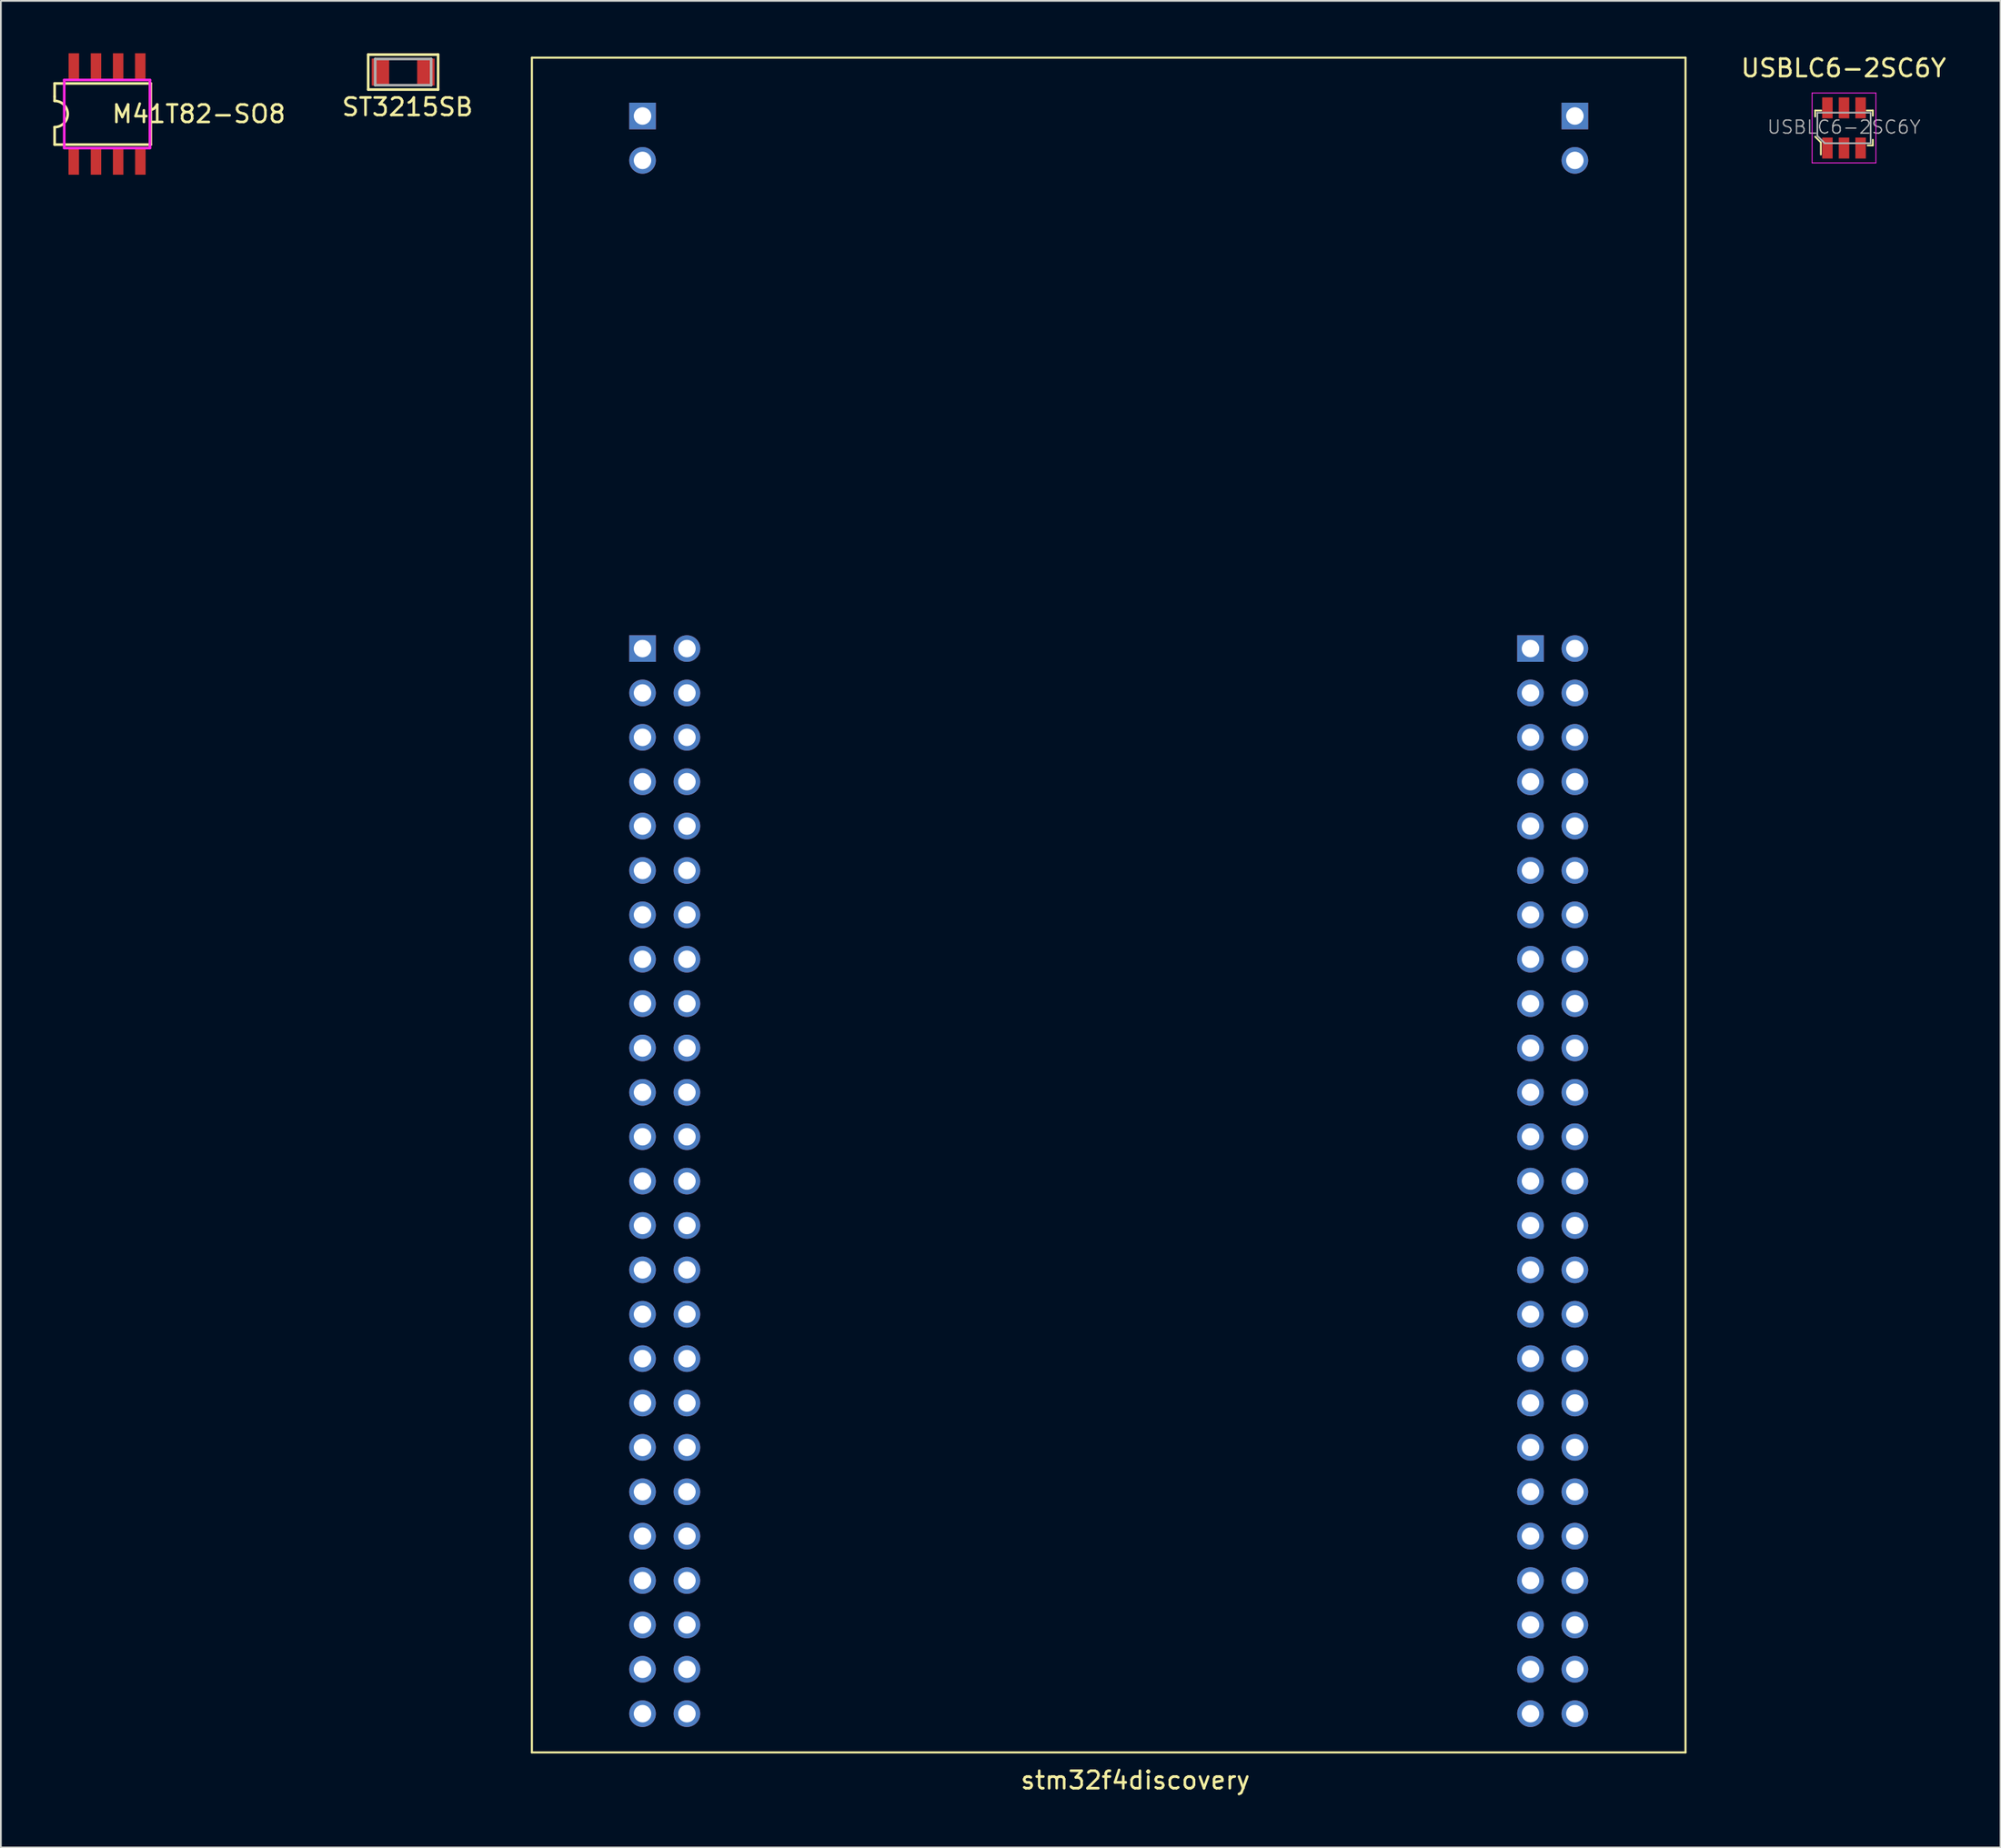
<source format=kicad_pcb>
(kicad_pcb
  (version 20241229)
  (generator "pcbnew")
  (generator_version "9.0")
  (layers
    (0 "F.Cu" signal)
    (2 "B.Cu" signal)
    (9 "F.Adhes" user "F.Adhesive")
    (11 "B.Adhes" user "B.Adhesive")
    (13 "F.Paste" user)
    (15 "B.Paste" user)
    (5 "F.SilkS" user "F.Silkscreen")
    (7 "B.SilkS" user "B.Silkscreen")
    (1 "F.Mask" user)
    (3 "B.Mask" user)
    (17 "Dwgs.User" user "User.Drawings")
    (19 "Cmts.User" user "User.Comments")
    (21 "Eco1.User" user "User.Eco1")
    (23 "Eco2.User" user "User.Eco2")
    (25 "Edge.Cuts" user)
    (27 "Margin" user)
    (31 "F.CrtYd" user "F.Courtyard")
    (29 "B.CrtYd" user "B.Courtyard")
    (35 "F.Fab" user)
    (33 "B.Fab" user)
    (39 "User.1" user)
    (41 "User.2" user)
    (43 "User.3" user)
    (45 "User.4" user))
  (footprint "stm32f4discovery"
    (layer "F.Cu")
    (at 27.379 0.25)
    (property "Reference" "stm32f4discovery" (at 34.524 98.59 0) (layer "F.SilkS") (effects (font (size 1 1) (thickness 0.15))))
    (attr through_hole)
    (fp_line (start 0 0) (end 66 0) (stroke (width 0.12) (type solid)) (layer "F.SilkS"))
    (fp_line (start 0 97) (end 0 0) (stroke (width 0.12) (type solid)) (layer "F.SilkS"))
    (fp_line (start 66 0) (end 66 97) (stroke (width 0.12) (type solid)) (layer "F.SilkS"))
    (fp_line (start 66 97) (end 0 97) (stroke (width 0.12) (type solid)) (layer "F.SilkS"))
    (pad "1" thru_hole rect (at 6.33 33.82) (size 1.524 1.524) (drill 1) (layers "*.Cu" "*.Mask"))
    (pad "2" thru_hole circle (at 8.87 33.82) (size 1.524 1.524) (drill 1) (layers "*.Cu" "*.Mask"))
    (pad "3" thru_hole circle (at 6.33 36.36) (size 1.524 1.524) (drill 1) (layers "*.Cu" "*.Mask"))
    (pad "4" thru_hole circle (at 8.87 36.36) (size 1.524 1.524) (drill 1) (layers "*.Cu" "*.Mask"))
    (pad "5" thru_hole circle (at 6.33 38.9) (size 1.524 1.524) (drill 1) (layers "*.Cu" "*.Mask"))
    (pad "6" thru_hole circle (at 8.87 38.9) (size 1.524 1.524) (drill 1) (layers "*.Cu" "*.Mask"))
    (pad "7" thru_hole circle (at 6.33 41.44) (size 1.524 1.524) (drill 1) (layers "*.Cu" "*.Mask"))
    (pad "8" thru_hole circle (at 8.87 41.44) (size 1.524 1.524) (drill 1) (layers "*.Cu" "*.Mask"))
    (pad "9" thru_hole circle (at 6.33 43.98) (size 1.524 1.524) (drill 1) (layers "*.Cu" "*.Mask"))
    (pad "10" thru_hole circle (at 8.87 43.98) (size 1.524 1.524) (drill 1) (layers "*.Cu" "*.Mask"))
    (pad "11" thru_hole circle (at 6.33 46.52) (size 1.524 1.524) (drill 1) (layers "*.Cu" "*.Mask"))
    (pad "12" thru_hole circle (at 8.87 46.52) (size 1.524 1.524) (drill 1) (layers "*.Cu" "*.Mask"))
    (pad "13" thru_hole circle (at 6.33 49.06) (size 1.524 1.524) (drill 1) (layers "*.Cu" "*.Mask"))
    (pad "14" thru_hole circle (at 8.87 49.06) (size 1.524 1.524) (drill 1) (layers "*.Cu" "*.Mask"))
    (pad "15" thru_hole circle (at 6.33 51.6) (size 1.524 1.524) (drill 1) (layers "*.Cu" "*.Mask"))
    (pad "16" thru_hole circle (at 8.87 51.6) (size 1.524 1.524) (drill 1) (layers "*.Cu" "*.Mask"))
    (pad "17" thru_hole circle (at 6.33 54.14) (size 1.524 1.524) (drill 1) (layers "*.Cu" "*.Mask"))
    (pad "18" thru_hole circle (at 8.87 54.14) (size 1.524 1.524) (drill 1) (layers "*.Cu" "*.Mask"))
    (pad "19" thru_hole circle (at 6.33 56.68) (size 1.524 1.524) (drill 1) (layers "*.Cu" "*.Mask"))
    (pad "20" thru_hole circle (at 8.87 56.68) (size 1.524 1.524) (drill 1) (layers "*.Cu" "*.Mask"))
    (pad "21" thru_hole circle (at 6.33 59.22) (size 1.524 1.524) (drill 1) (layers "*.Cu" "*.Mask"))
    (pad "22" thru_hole circle (at 8.87 59.22) (size 1.524 1.524) (drill 1) (layers "*.Cu" "*.Mask"))
    (pad "23" thru_hole circle (at 6.33 61.76) (size 1.524 1.524) (drill 1) (layers "*.Cu" "*.Mask"))
    (pad "24" thru_hole circle (at 8.87 61.76) (size 1.524 1.524) (drill 1) (layers "*.Cu" "*.Mask"))
    (pad "25" thru_hole circle (at 6.33 64.3) (size 1.524 1.524) (drill 1) (layers "*.Cu" "*.Mask"))
    (pad "26" thru_hole circle (at 8.87 64.3) (size 1.524 1.524) (drill 1) (layers "*.Cu" "*.Mask"))
    (pad "27" thru_hole circle (at 6.33 66.84) (size 1.524 1.524) (drill 1) (layers "*.Cu" "*.Mask"))
    (pad "28" thru_hole circle (at 8.87 66.84) (size 1.524 1.524) (drill 1) (layers "*.Cu" "*.Mask"))
    (pad "29" thru_hole circle (at 6.33 69.38) (size 1.524 1.524) (drill 1) (layers "*.Cu" "*.Mask"))
    (pad "30" thru_hole circle (at 8.87 69.38) (size 1.524 1.524) (drill 1) (layers "*.Cu" "*.Mask"))
    (pad "31" thru_hole circle (at 6.33 71.92) (size 1.524 1.524) (drill 1) (layers "*.Cu" "*.Mask"))
    (pad "32" thru_hole circle (at 8.87 71.92) (size 1.524 1.524) (drill 1) (layers "*.Cu" "*.Mask"))
    (pad "33" thru_hole circle (at 6.33 74.46) (size 1.524 1.524) (drill 1) (layers "*.Cu" "*.Mask"))
    (pad "34" thru_hole circle (at 8.87 74.46) (size 1.524 1.524) (drill 1) (layers "*.Cu" "*.Mask"))
    (pad "35" thru_hole circle (at 6.33 77) (size 1.524 1.524) (drill 1) (layers "*.Cu" "*.Mask"))
    (pad "36" thru_hole circle (at 8.87 77) (size 1.524 1.524) (drill 1) (layers "*.Cu" "*.Mask"))
    (pad "37" thru_hole circle (at 6.33 79.54) (size 1.524 1.524) (drill 1) (layers "*.Cu" "*.Mask"))
    (pad "38" thru_hole circle (at 8.87 79.54) (size 1.524 1.524) (drill 1) (layers "*.Cu" "*.Mask"))
    (pad "39" thru_hole circle (at 6.33 82.08) (size 1.524 1.524) (drill 1) (layers "*.Cu" "*.Mask"))
    (pad "40" thru_hole circle (at 8.87 82.08) (size 1.524 1.524) (drill 1) (layers "*.Cu" "*.Mask"))
    (pad "41" thru_hole circle (at 6.33 84.62) (size 1.524 1.524) (drill 1) (layers "*.Cu" "*.Mask"))
    (pad "42" thru_hole circle (at 8.87 84.62) (size 1.524 1.524) (drill 1) (layers "*.Cu" "*.Mask"))
    (pad "43" thru_hole circle (at 6.33 87.16) (size 1.524 1.524) (drill 1) (layers "*.Cu" "*.Mask"))
    (pad "44" thru_hole circle (at 8.87 87.16) (size 1.524 1.524) (drill 1) (layers "*.Cu" "*.Mask"))
    (pad "45" thru_hole circle (at 6.33 89.7) (size 1.524 1.524) (drill 1) (layers "*.Cu" "*.Mask"))
    (pad "46" thru_hole circle (at 8.87 89.7) (size 1.524 1.524) (drill 1) (layers "*.Cu" "*.Mask"))
    (pad "47" thru_hole circle (at 6.33 92.24) (size 1.524 1.524) (drill 1) (layers "*.Cu" "*.Mask"))
    (pad "48" thru_hole circle (at 8.87 92.24) (size 1.524 1.524) (drill 1) (layers "*.Cu" "*.Mask"))
    (pad "49" thru_hole rect (at 6.33 3.34) (size 1.524 1.524) (drill 1) (layers "*.Cu" "*.Mask"))
    (pad "49" thru_hole circle (at 6.33 94.78) (size 1.524 1.524) (drill 1) (layers "*.Cu" "*.Mask"))
    (pad "50" thru_hole circle (at 6.33 5.88) (size 1.524 1.524) (drill 1) (layers "*.Cu" "*.Mask"))
    (pad "50" thru_hole circle (at 8.87 94.78) (size 1.524 1.524) (drill 1) (layers "*.Cu" "*.Mask"))
    (pad "51" thru_hole rect (at 57.13 33.82) (size 1.524 1.524) (drill 1) (layers "*.Cu" "*.Mask"))
    (pad "52" thru_hole circle (at 59.67 33.82) (size 1.524 1.524) (drill 1) (layers "*.Cu" "*.Mask"))
    (pad "53" thru_hole circle (at 57.13 36.36) (size 1.524 1.524) (drill 1) (layers "*.Cu" "*.Mask"))
    (pad "54" thru_hole circle (at 59.67 36.36) (size 1.524 1.524) (drill 1) (layers "*.Cu" "*.Mask"))
    (pad "55" thru_hole circle (at 57.13 38.9) (size 1.524 1.524) (drill 1) (layers "*.Cu" "*.Mask"))
    (pad "56" thru_hole circle (at 59.67 38.9) (size 1.524 1.524) (drill 1) (layers "*.Cu" "*.Mask"))
    (pad "57" thru_hole circle (at 57.13 41.44) (size 1.524 1.524) (drill 1) (layers "*.Cu" "*.Mask"))
    (pad "58" thru_hole circle (at 59.67 41.44) (size 1.524 1.524) (drill 1) (layers "*.Cu" "*.Mask"))
    (pad "59" thru_hole circle (at 57.13 43.98) (size 1.524 1.524) (drill 1) (layers "*.Cu" "*.Mask"))
    (pad "60" thru_hole circle (at 59.67 43.98) (size 1.524 1.524) (drill 1) (layers "*.Cu" "*.Mask"))
    (pad "61" thru_hole circle (at 57.13 46.52) (size 1.524 1.524) (drill 1) (layers "*.Cu" "*.Mask"))
    (pad "62" thru_hole circle (at 59.67 46.52) (size 1.524 1.524) (drill 1) (layers "*.Cu" "*.Mask"))
    (pad "63" thru_hole circle (at 57.13 49.06) (size 1.524 1.524) (drill 1) (layers "*.Cu" "*.Mask"))
    (pad "64" thru_hole circle (at 59.67 49.06) (size 1.524 1.524) (drill 1) (layers "*.Cu" "*.Mask"))
    (pad "65" thru_hole circle (at 57.13 51.6) (size 1.524 1.524) (drill 1) (layers "*.Cu" "*.Mask"))
    (pad "66" thru_hole circle (at 59.67 51.6) (size 1.524 1.524) (drill 1) (layers "*.Cu" "*.Mask"))
    (pad "67" thru_hole circle (at 57.13 54.14) (size 1.524 1.524) (drill 1) (layers "*.Cu" "*.Mask"))
    (pad "68" thru_hole circle (at 59.67 54.14) (size 1.524 1.524) (drill 1) (layers "*.Cu" "*.Mask"))
    (pad "69" thru_hole circle (at 57.13 56.68) (size 1.524 1.524) (drill 1) (layers "*.Cu" "*.Mask"))
    (pad "70" thru_hole circle (at 57.13 59.22) (size 1.524 1.524) (drill 1) (layers "*.Cu" "*.Mask"))
    (pad "71" thru_hole circle (at 59.67 56.68) (size 1.524 1.524) (drill 1) (layers "*.Cu" "*.Mask"))
    (pad "72" thru_hole circle (at 59.67 59.22) (size 1.524 1.524) (drill 1) (layers "*.Cu" "*.Mask"))
    (pad "73" thru_hole circle (at 57.13 61.76) (size 1.524 1.524) (drill 1) (layers "*.Cu" "*.Mask"))
    (pad "74" thru_hole circle (at 59.67 61.76) (size 1.524 1.524) (drill 1) (layers "*.Cu" "*.Mask"))
    (pad "75" thru_hole circle (at 57.13 64.3) (size 1.524 1.524) (drill 1) (layers "*.Cu" "*.Mask"))
    (pad "76" thru_hole circle (at 59.67 64.3) (size 1.524 1.524) (drill 1) (layers "*.Cu" "*.Mask"))
    (pad "77" thru_hole circle (at 57.13 66.84) (size 1.524 1.524) (drill 1) (layers "*.Cu" "*.Mask"))
    (pad "78" thru_hole circle (at 59.67 66.84) (size 1.524 1.524) (drill 1) (layers "*.Cu" "*.Mask"))
    (pad "79" thru_hole circle (at 57.13 69.38) (size 1.524 1.524) (drill 1) (layers "*.Cu" "*.Mask"))
    (pad "80" thru_hole circle (at 59.67 69.38) (size 1.524 1.524) (drill 1) (layers "*.Cu" "*.Mask"))
    (pad "81" thru_hole circle (at 57.13 71.92) (size 1.524 1.524) (drill 1) (layers "*.Cu" "*.Mask"))
    (pad "82" thru_hole circle (at 59.67 71.92) (size 1.524 1.524) (drill 1) (layers "*.Cu" "*.Mask"))
    (pad "83" thru_hole circle (at 57.13 74.46) (size 1.524 1.524) (drill 1) (layers "*.Cu" "*.Mask"))
    (pad "84" thru_hole circle (at 59.67 74.46) (size 1.524 1.524) (drill 1) (layers "*.Cu" "*.Mask"))
    (pad "85" thru_hole circle (at 57.13 77) (size 1.524 1.524) (drill 1) (layers "*.Cu" "*.Mask"))
    (pad "86" thru_hole circle (at 59.67 77) (size 1.524 1.524) (drill 1) (layers "*.Cu" "*.Mask"))
    (pad "87" thru_hole circle (at 57.13 79.54) (size 1.524 1.524) (drill 1) (layers "*.Cu" "*.Mask"))
    (pad "88" thru_hole circle (at 59.67 79.54) (size 1.524 1.524) (drill 1) (layers "*.Cu" "*.Mask"))
    (pad "89" thru_hole circle (at 57.13 82.08) (size 1.524 1.524) (drill 1) (layers "*.Cu" "*.Mask"))
    (pad "90" thru_hole circle (at 59.67 82.08) (size 1.524 1.524) (drill 1) (layers "*.Cu" "*.Mask"))
    (pad "91" thru_hole circle (at 57.13 84.62) (size 1.524 1.524) (drill 1) (layers "*.Cu" "*.Mask"))
    (pad "92" thru_hole circle (at 59.67 84.62) (size 1.524 1.524) (drill 1) (layers "*.Cu" "*.Mask"))
    (pad "93" thru_hole circle (at 57.13 87.16) (size 1.524 1.524) (drill 1) (layers "*.Cu" "*.Mask"))
    (pad "94" thru_hole circle (at 59.67 87.16) (size 1.524 1.524) (drill 1) (layers "*.Cu" "*.Mask"))
    (pad "95" thru_hole circle (at 57.13 89.7) (size 1.524 1.524) (drill 1) (layers "*.Cu" "*.Mask"))
    (pad "96" thru_hole circle (at 59.67 89.7) (size 1.524 1.524) (drill 1) (layers "*.Cu" "*.Mask"))
    (pad "97" thru_hole circle (at 57.13 92.24) (size 1.524 1.524) (drill 1) (layers "*.Cu" "*.Mask"))
    (pad "98" thru_hole circle (at 59.67 92.24) (size 1.524 1.524) (drill 1) (layers "*.Cu" "*.Mask"))
    (pad "99" thru_hole circle (at 57.13 94.78) (size 1.524 1.524) (drill 1) (layers "*.Cu" "*.Mask"))
    (pad "99" thru_hole rect (at 59.67 3.34) (size 1.524 1.524) (drill 1) (layers "*.Cu" "*.Mask"))
    (pad "100" thru_hole circle (at 59.67 5.88) (size 1.524 1.524) (drill 1) (layers "*.Cu" "*.Mask"))
    (pad "100" thru_hole circle (at 59.67 94.78) (size 1.524 1.524) (drill 1) (layers "*.Cu" "*.Mask")))
  (footprint "USBLC6-2SC6Y"
    (layer "F.Cu")
    (at 102.446 4.273)
    (property "Reference" "USBLC6-2SC6Y" (at -0.025 -3.425 0) (layer "F.SilkS") (effects (font (size 1 1) (thickness 0.15))))
    (attr smd)
    (fp_line (start -1.65 -1) (end -1.65 -0.65) (stroke (width 0.1) (type solid)) (layer "F.SilkS"))
    (fp_line (start -1.65 0.5) (end -1.325 0.825) (stroke (width 0.1) (type solid)) (layer "F.SilkS"))
    (fp_line (start -1.325 0.825) (end -1.325 1.525) (stroke (width 0.1) (type solid)) (layer "F.SilkS"))
    (fp_line (start -1.3 -1) (end -1.65 -1) (stroke (width 0.1) (type solid)) (layer "F.SilkS"))
    (fp_line (start 1.3 -1) (end 1.65 -1) (stroke (width 0.1) (type solid)) (layer "F.SilkS"))
    (fp_line (start 1.65 -1) (end 1.65 -0.7) (stroke (width 0.1) (type solid)) (layer "F.SilkS"))
    (fp_line (start 1.65 0.675) (end 1.65 1) (stroke (width 0.1) (type solid)) (layer "F.SilkS"))
    (fp_line (start 1.65 1) (end 1.35 1) (stroke (width 0.1) (type solid)) (layer "F.SilkS"))
    (fp_line (start -1.825 -2) (end -1.825 2) (stroke (width 0.05) (type solid)) (layer "F.CrtYd"))
    (fp_line (start -1.825 2) (end 1.825 2) (stroke (width 0.05) (type solid)) (layer "F.CrtYd"))
    (fp_line (start 1.825 -2) (end -1.825 -2) (stroke (width 0.05) (type solid)) (layer "F.CrtYd"))
    (fp_line (start 1.825 -2) (end 1.825 2) (stroke (width 0.05) (type solid)) (layer "F.CrtYd"))
    (fp_line (start -1.525 -0.875) (end 1.525 -0.875) (stroke (width 0.1) (type solid)) (layer "F.Fab"))
    (fp_line (start -1.525 0.45) (end -1.525 -0.875) (stroke (width 0.1) (type solid)) (layer "F.Fab"))
    (fp_line (start -1.525 0.45) (end -1.1 0.875) (stroke (width 0.1) (type solid)) (layer "F.Fab"))
    (fp_line (start -1.1 0.875) (end 1.525 0.875) (stroke (width 0.1) (type solid)) (layer "F.Fab"))
    (fp_line (start 1.525 -0.875) (end 1.525 0.875) (stroke (width 0.1) (type solid)) (layer "F.Fab"))
    (fp_text user "${REFERENCE}" (at 0 -0.05 0) (layer "F.Fab") (effects (font (size 0.75 0.75) (thickness 0.075))))
    (pad "1" smd rect (at -0.95 1.15) (size 0.6 1.2) (layers "F.Cu" "F.Mask" "F.Paste"))
    (pad "2" smd rect (at 0 1.15) (size 0.6 1.2) (layers "F.Cu" "F.Mask" "F.Paste"))
    (pad "3" smd rect (at 0.95 1.15) (size 0.6 1.2) (layers "F.Cu" "F.Mask" "F.Paste"))
    (pad "4" smd rect (at 0.95 -1.15) (size 0.6 1.2) (layers "F.Cu" "F.Mask" "F.Paste"))
    (pad "5" smd rect (at 0 -1.15) (size 0.6 1.2) (layers "F.Cu" "F.Mask" "F.Paste"))
    (pad "6" smd rect (at -0.95 -1.15) (size 0.6 1.2) (layers "F.Cu" "F.Mask" "F.Paste")))
  (footprint "ST3215SB"
    (layer "F.Cu")
    (at 20.015 1.075)
    (property "Reference" "ST3215SB" (at 0.25 2 0) (layer "F.SilkS") (effects (font (size 1 1) (thickness 0.15))))
    (attr through_hole)
    (fp_line (start -2 -1) (end 2 -1) (stroke (width 0.15) (type solid)) (layer "F.SilkS"))
    (fp_line (start -2 1) (end -2 -1) (stroke (width 0.15) (type solid)) (layer "F.SilkS"))
    (fp_line (start 2 -1) (end 2 1) (stroke (width 0.15) (type solid)) (layer "F.SilkS"))
    (fp_line (start 2 1) (end -2 1) (stroke (width 0.15) (type solid)) (layer "F.SilkS"))
    (fp_line (start -1.6 -0.75) (end 1.6 -0.75) (stroke (width 0.15) (type solid)) (layer "F.Fab"))
    (fp_line (start -1.6 0.75) (end -1.6 -0.75) (stroke (width 0.15) (type solid)) (layer "F.Fab"))
    (fp_line (start 1.6 -0.75) (end 1.6 0.75) (stroke (width 0.15) (type solid)) (layer "F.Fab"))
    (fp_line (start 1.6 0.75) (end -1.6 0.75) (stroke (width 0.15) (type solid)) (layer "F.Fab"))
    (pad "1" smd rect (at -1.3 0) (size 1 1.55) (layers "F.Cu" "F.Mask" "F.Paste"))
    (pad "2" smd rect (at 1.3 0) (size 1 1.55) (layers "F.Cu" "F.Mask" "F.Paste")))
  (footprint "M41T82-SO8"
    (layer "F.Cu")
    (at 3.075 3.475)
    (property "Reference" "M41T82-SO8" (at 5.25 0 0) (layer "F.SilkS") (effects (font (size 1 1) (thickness 0.15))))
    (attr through_hole)
    (fp_line (start -3 -1.75) (end 2.5 -1.75) (stroke (width 0.15) (type solid)) (layer "F.SilkS"))
    (fp_line (start -3 -1) (end -3 -1.75) (stroke (width 0.15) (type solid)) (layer "F.SilkS"))
    (fp_line (start -3 -1) (end -3 -0.75) (stroke (width 0.15) (type solid)) (layer "F.SilkS"))
    (fp_line (start -3 1.75) (end -3 0.75) (stroke (width 0.15) (type solid)) (layer "F.SilkS"))
    (fp_line (start 2.5 -1.75) (end 2.5 1.75) (stroke (width 0.15) (type solid)) (layer "F.SilkS"))
    (fp_line (start 2.5 1.75) (end -3 1.75) (stroke (width 0.15) (type solid)) (layer "F.SilkS"))
    (fp_arc (start -3 -0.75) (mid -2.25 0) (end -3 0.75) (stroke (width 0.15) (type solid)) (layer "F.SilkS"))
    (fp_line (start -2.45 -1.95) (end 2.45 -1.95) (stroke (width 0.15) (type solid)) (layer "F.CrtYd"))
    (fp_line (start -2.45 1.95) (end -2.45 -1.95) (stroke (width 0.15) (type solid)) (layer "F.CrtYd"))
    (fp_line (start 2.45 -1.95) (end 2.45 1.95) (stroke (width 0.15) (type solid)) (layer "F.CrtYd"))
    (fp_line (start 2.45 1.95) (end -2.45 1.95) (stroke (width 0.15) (type solid)) (layer "F.CrtYd"))
    (pad "1" smd rect (at -1.905 2.7) (size 0.6 1.55) (layers "F.Cu" "F.Mask" "F.Paste"))
    (pad "2" smd rect (at -0.635 2.7) (size 0.6 1.55) (layers "F.Cu" "F.Mask" "F.Paste"))
    (pad "3" smd rect (at 0.635 2.7) (size 0.6 1.55) (layers "F.Cu" "F.Mask" "F.Paste"))
    (pad "4" smd rect (at 1.905 2.7) (size 0.6 1.55) (layers "F.Cu" "F.Mask" "F.Paste"))
    (pad "5" smd rect (at 1.9 -2.7) (size 0.6 1.55) (layers "F.Cu" "F.Mask" "F.Paste"))
    (pad "6" smd rect (at 0.635 -2.7) (size 0.6 1.55) (layers "F.Cu" "F.Mask" "F.Paste"))
    (pad "7" smd rect (at -0.635 -2.7) (size 0.6 1.55) (layers "F.Cu" "F.Mask" "F.Paste"))
    (pad "8" smd rect (at -1.9 -2.7) (size 0.6 1.55) (layers "F.Cu" "F.Mask" "F.Paste")))
  (gr_rect
    (start -3 -3)
    (end 111.403 102.688)
    (stroke (width 0.1) (type default))
    (fill no)
    (layer "Edge.Cuts")))
</source>
